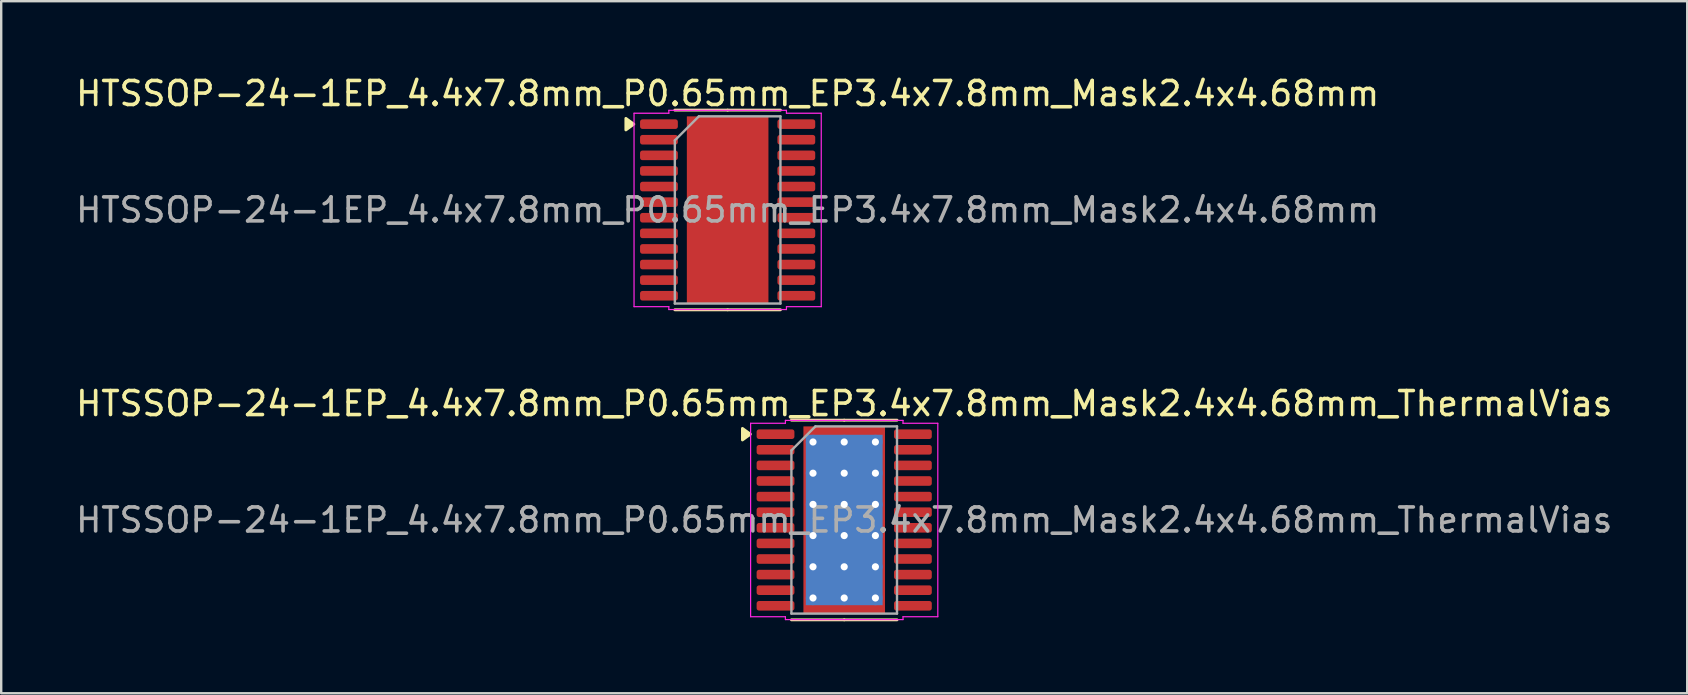
<source format=kicad_pcb>
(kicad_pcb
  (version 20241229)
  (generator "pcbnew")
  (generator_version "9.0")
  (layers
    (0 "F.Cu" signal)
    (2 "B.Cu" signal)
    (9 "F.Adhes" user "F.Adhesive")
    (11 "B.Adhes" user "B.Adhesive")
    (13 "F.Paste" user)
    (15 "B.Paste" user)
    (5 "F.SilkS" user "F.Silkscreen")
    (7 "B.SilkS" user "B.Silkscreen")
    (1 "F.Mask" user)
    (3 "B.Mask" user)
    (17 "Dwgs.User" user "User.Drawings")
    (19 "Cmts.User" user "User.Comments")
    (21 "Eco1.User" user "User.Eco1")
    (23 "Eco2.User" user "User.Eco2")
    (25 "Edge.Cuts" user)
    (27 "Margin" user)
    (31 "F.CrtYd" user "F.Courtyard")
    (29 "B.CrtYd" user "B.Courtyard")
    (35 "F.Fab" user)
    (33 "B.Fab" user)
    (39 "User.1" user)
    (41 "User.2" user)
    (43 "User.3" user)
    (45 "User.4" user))
  (footprint "HTSSOP-24-1EP_4.4x7.8mm_P0.65mm_EP3.4x7.8mm_Mask2.4x4.68mm"
    (layer "F.Cu")
    (at 27.268 5.698)
    (property "Reference" "HTSSOP-24-1EP_4.4x7.8mm_P0.65mm_EP3.4x7.8mm_Mask2.4x4.68mm" (at 0 -4.85 0) (layer "F.SilkS") (effects (font (size 1 1) (thickness 0.15))))
    (attr smd)
    (fp_line (start 0 -4.16) (end -2.2 -4.16) (stroke (width 0.12) (type solid)) (layer "F.SilkS"))
    (fp_line (start 0 -4.16) (end 2.2 -4.16) (stroke (width 0.12) (type solid)) (layer "F.SilkS"))
    (fp_line (start 0 4.16) (end -2.2 4.16) (stroke (width 0.12) (type solid)) (layer "F.SilkS"))
    (fp_line (start 0 4.16) (end 2.2 4.16) (stroke (width 0.12) (type solid)) (layer "F.SilkS"))
    (fp_poly (pts (xy -3.91 -3.575) (xy -4.24 -3.335) (xy -4.24 -3.815)) (stroke (width 0.12) (type solid)) (fill yes) (layer "F.SilkS"))
    (fp_line (start -3.9 -4.03) (end -2.45 -4.03) (stroke (width 0.05) (type solid)) (layer "F.CrtYd"))
    (fp_line (start -3.9 4.03) (end -3.9 -4.03) (stroke (width 0.05) (type solid)) (layer "F.CrtYd"))
    (fp_line (start -2.45 -4.15) (end 2.45 -4.15) (stroke (width 0.05) (type solid)) (layer "F.CrtYd"))
    (fp_line (start -2.45 -4.03) (end -2.45 -4.15) (stroke (width 0.05) (type solid)) (layer "F.CrtYd"))
    (fp_line (start -2.45 4.03) (end -3.9 4.03) (stroke (width 0.05) (type solid)) (layer "F.CrtYd"))
    (fp_line (start -2.45 4.15) (end -2.45 4.03) (stroke (width 0.05) (type solid)) (layer "F.CrtYd"))
    (fp_line (start 2.45 -4.15) (end 2.45 -4.03) (stroke (width 0.05) (type solid)) (layer "F.CrtYd"))
    (fp_line (start 2.45 -4.03) (end 3.9 -4.03) (stroke (width 0.05) (type solid)) (layer "F.CrtYd"))
    (fp_line (start 2.45 4.03) (end 2.45 4.15) (stroke (width 0.05) (type solid)) (layer "F.CrtYd"))
    (fp_line (start 2.45 4.15) (end -2.45 4.15) (stroke (width 0.05) (type solid)) (layer "F.CrtYd"))
    (fp_line (start 3.9 -4.03) (end 3.9 4.03) (stroke (width 0.05) (type solid)) (layer "F.CrtYd"))
    (fp_line (start 3.9 4.03) (end 2.45 4.03) (stroke (width 0.05) (type solid)) (layer "F.CrtYd"))
    (fp_line (start -2.2 -2.9) (end -1.2 -3.9) (stroke (width 0.1) (type solid)) (layer "F.Fab"))
    (fp_line (start -2.2 3.9) (end -2.2 -2.9) (stroke (width 0.1) (type solid)) (layer "F.Fab"))
    (fp_line (start -1.2 -3.9) (end 2.2 -3.9) (stroke (width 0.1) (type solid)) (layer "F.Fab"))
    (fp_line (start 2.2 -3.9) (end 2.2 3.9) (stroke (width 0.1) (type solid)) (layer "F.Fab"))
    (fp_line (start 2.2 3.9) (end -2.2 3.9) (stroke (width 0.1) (type solid)) (layer "F.Fab"))
    (fp_text user "${REFERENCE}" (at 0 0 0) (layer "F.Fab") (effects (font (size 1 1) (thickness 0.15))))
    (pad "" smd roundrect (at 0 -1.17) (size 1.93 1.89) (layers "F.Paste") (roundrect_rratio 0.132))
    (pad "" smd rect (at 0 0) (size 2.4 4.68) (layers "F.Mask"))
    (pad "" smd roundrect (at 0 1.17) (size 1.93 1.89) (layers "F.Paste") (roundrect_rratio 0.132))
    (pad "1" smd roundrect (at -2.862 -3.575) (size 1.575 0.4) (layers "F.Cu" "F.Mask" "F.Paste") (roundrect_rratio 0.25))
    (pad "2" smd roundrect (at -2.862 -2.925) (size 1.575 0.4) (layers "F.Cu" "F.Mask" "F.Paste") (roundrect_rratio 0.25))
    (pad "3" smd roundrect (at -2.862 -2.275) (size 1.575 0.4) (layers "F.Cu" "F.Mask" "F.Paste") (roundrect_rratio 0.25))
    (pad "4" smd roundrect (at -2.862 -1.625) (size 1.575 0.4) (layers "F.Cu" "F.Mask" "F.Paste") (roundrect_rratio 0.25))
    (pad "5" smd roundrect (at -2.862 -0.975) (size 1.575 0.4) (layers "F.Cu" "F.Mask" "F.Paste") (roundrect_rratio 0.25))
    (pad "6" smd roundrect (at -2.862 -0.325) (size 1.575 0.4) (layers "F.Cu" "F.Mask" "F.Paste") (roundrect_rratio 0.25))
    (pad "7" smd roundrect (at -2.862 0.325) (size 1.575 0.4) (layers "F.Cu" "F.Mask" "F.Paste") (roundrect_rratio 0.25))
    (pad "8" smd roundrect (at -2.862 0.975) (size 1.575 0.4) (layers "F.Cu" "F.Mask" "F.Paste") (roundrect_rratio 0.25))
    (pad "9" smd roundrect (at -2.862 1.625) (size 1.575 0.4) (layers "F.Cu" "F.Mask" "F.Paste") (roundrect_rratio 0.25))
    (pad "10" smd roundrect (at -2.862 2.275) (size 1.575 0.4) (layers "F.Cu" "F.Mask" "F.Paste") (roundrect_rratio 0.25))
    (pad "11" smd roundrect (at -2.862 2.925) (size 1.575 0.4) (layers "F.Cu" "F.Mask" "F.Paste") (roundrect_rratio 0.25))
    (pad "12" smd roundrect (at -2.862 3.575) (size 1.575 0.4) (layers "F.Cu" "F.Mask" "F.Paste") (roundrect_rratio 0.25))
    (pad "13" smd roundrect (at 2.862 3.575) (size 1.575 0.4) (layers "F.Cu" "F.Mask" "F.Paste") (roundrect_rratio 0.25))
    (pad "14" smd roundrect (at 2.862 2.925) (size 1.575 0.4) (layers "F.Cu" "F.Mask" "F.Paste") (roundrect_rratio 0.25))
    (pad "15" smd roundrect (at 2.862 2.275) (size 1.575 0.4) (layers "F.Cu" "F.Mask" "F.Paste") (roundrect_rratio 0.25))
    (pad "16" smd roundrect (at 2.862 1.625) (size 1.575 0.4) (layers "F.Cu" "F.Mask" "F.Paste") (roundrect_rratio 0.25))
    (pad "17" smd roundrect (at 2.862 0.975) (size 1.575 0.4) (layers "F.Cu" "F.Mask" "F.Paste") (roundrect_rratio 0.25))
    (pad "18" smd roundrect (at 2.862 0.325) (size 1.575 0.4) (layers "F.Cu" "F.Mask" "F.Paste") (roundrect_rratio 0.25))
    (pad "19" smd roundrect (at 2.862 -0.325) (size 1.575 0.4) (layers "F.Cu" "F.Mask" "F.Paste") (roundrect_rratio 0.25))
    (pad "20" smd roundrect (at 2.862 -0.975) (size 1.575 0.4) (layers "F.Cu" "F.Mask" "F.Paste") (roundrect_rratio 0.25))
    (pad "21" smd roundrect (at 2.862 -1.625) (size 1.575 0.4) (layers "F.Cu" "F.Mask" "F.Paste") (roundrect_rratio 0.25))
    (pad "22" smd roundrect (at 2.862 -2.275) (size 1.575 0.4) (layers "F.Cu" "F.Mask" "F.Paste") (roundrect_rratio 0.25))
    (pad "23" smd roundrect (at 2.862 -2.925) (size 1.575 0.4) (layers "F.Cu" "F.Mask" "F.Paste") (roundrect_rratio 0.25))
    (pad "24" smd roundrect (at 2.862 -3.575) (size 1.575 0.4) (layers "F.Cu" "F.Mask" "F.Paste") (roundrect_rratio 0.25))
    (pad "25" smd rect (at 0 0) (size 3.4 7.8) (property pad_prop_heatsink) (layers "F.Cu")))
  (footprint "HTSSOP-24-1EP_4.4x7.8mm_P0.65mm_EP3.4x7.8mm_Mask2.4x4.68mm_ThermalVias"
    (layer "F.Cu")
    (at 32.125 18.616)
    (property "Reference" "HTSSOP-24-1EP_4.4x7.8mm_P0.65mm_EP3.4x7.8mm_Mask2.4x4.68mm_ThermalVias" (at 0 -4.85 0) (layer "F.SilkS") (effects (font (size 1 1) (thickness 0.15))))
    (attr smd)
    (fp_line (start 0 -4.16) (end -2.2 -4.16) (stroke (width 0.12) (type solid)) (layer "F.SilkS"))
    (fp_line (start 0 -4.16) (end 2.2 -4.16) (stroke (width 0.12) (type solid)) (layer "F.SilkS"))
    (fp_line (start 0 4.16) (end -2.2 4.16) (stroke (width 0.12) (type solid)) (layer "F.SilkS"))
    (fp_line (start 0 4.16) (end 2.2 4.16) (stroke (width 0.12) (type solid)) (layer "F.SilkS"))
    (fp_poly (pts (xy -3.91 -3.575) (xy -4.24 -3.335) (xy -4.24 -3.815)) (stroke (width 0.12) (type solid)) (fill yes) (layer "F.SilkS"))
    (fp_line (start -3.9 -4.03) (end -2.45 -4.03) (stroke (width 0.05) (type solid)) (layer "F.CrtYd"))
    (fp_line (start -3.9 4.03) (end -3.9 -4.03) (stroke (width 0.05) (type solid)) (layer "F.CrtYd"))
    (fp_line (start -2.45 -4.15) (end 2.45 -4.15) (stroke (width 0.05) (type solid)) (layer "F.CrtYd"))
    (fp_line (start -2.45 -4.03) (end -2.45 -4.15) (stroke (width 0.05) (type solid)) (layer "F.CrtYd"))
    (fp_line (start -2.45 4.03) (end -3.9 4.03) (stroke (width 0.05) (type solid)) (layer "F.CrtYd"))
    (fp_line (start -2.45 4.15) (end -2.45 4.03) (stroke (width 0.05) (type solid)) (layer "F.CrtYd"))
    (fp_line (start 2.45 -4.15) (end 2.45 -4.03) (stroke (width 0.05) (type solid)) (layer "F.CrtYd"))
    (fp_line (start 2.45 -4.03) (end 3.9 -4.03) (stroke (width 0.05) (type solid)) (layer "F.CrtYd"))
    (fp_line (start 2.45 4.03) (end 2.45 4.15) (stroke (width 0.05) (type solid)) (layer "F.CrtYd"))
    (fp_line (start 2.45 4.15) (end -2.45 4.15) (stroke (width 0.05) (type solid)) (layer "F.CrtYd"))
    (fp_line (start 3.9 -4.03) (end 3.9 4.03) (stroke (width 0.05) (type solid)) (layer "F.CrtYd"))
    (fp_line (start 3.9 4.03) (end 2.45 4.03) (stroke (width 0.05) (type solid)) (layer "F.CrtYd"))
    (fp_line (start -2.2 -2.9) (end -1.2 -3.9) (stroke (width 0.1) (type solid)) (layer "F.Fab"))
    (fp_line (start -2.2 3.9) (end -2.2 -2.9) (stroke (width 0.1) (type solid)) (layer "F.Fab"))
    (fp_line (start -1.2 -3.9) (end 2.2 -3.9) (stroke (width 0.1) (type solid)) (layer "F.Fab"))
    (fp_line (start 2.2 -3.9) (end 2.2 3.9) (stroke (width 0.1) (type solid)) (layer "F.Fab"))
    (fp_line (start 2.2 3.9) (end -2.2 3.9) (stroke (width 0.1) (type solid)) (layer "F.Fab"))
    (fp_text user "${REFERENCE}" (at 0 0 0) (layer "F.Fab") (effects (font (size 1 1) (thickness 0.15))))
    (pad "" smd roundrect (at 0 -1.17) (size 1.93 1.89) (layers "F.Paste") (roundrect_rratio 0.132))
    (pad "" smd rect (at 0 0) (size 2.4 4.68) (layers "F.Mask"))
    (pad "" smd roundrect (at 0 1.17) (size 1.93 1.89) (layers "F.Paste") (roundrect_rratio 0.132))
    (pad "1" smd roundrect (at -2.862 -3.575) (size 1.575 0.4) (layers "F.Cu" "F.Mask" "F.Paste") (roundrect_rratio 0.25))
    (pad "2" smd roundrect (at -2.862 -2.925) (size 1.575 0.4) (layers "F.Cu" "F.Mask" "F.Paste") (roundrect_rratio 0.25))
    (pad "3" smd roundrect (at -2.862 -2.275) (size 1.575 0.4) (layers "F.Cu" "F.Mask" "F.Paste") (roundrect_rratio 0.25))
    (pad "4" smd roundrect (at -2.862 -1.625) (size 1.575 0.4) (layers "F.Cu" "F.Mask" "F.Paste") (roundrect_rratio 0.25))
    (pad "5" smd roundrect (at -2.862 -0.975) (size 1.575 0.4) (layers "F.Cu" "F.Mask" "F.Paste") (roundrect_rratio 0.25))
    (pad "6" smd roundrect (at -2.862 -0.325) (size 1.575 0.4) (layers "F.Cu" "F.Mask" "F.Paste") (roundrect_rratio 0.25))
    (pad "7" smd roundrect (at -2.862 0.325) (size 1.575 0.4) (layers "F.Cu" "F.Mask" "F.Paste") (roundrect_rratio 0.25))
    (pad "8" smd roundrect (at -2.862 0.975) (size 1.575 0.4) (layers "F.Cu" "F.Mask" "F.Paste") (roundrect_rratio 0.25))
    (pad "9" smd roundrect (at -2.862 1.625) (size 1.575 0.4) (layers "F.Cu" "F.Mask" "F.Paste") (roundrect_rratio 0.25))
    (pad "10" smd roundrect (at -2.862 2.275) (size 1.575 0.4) (layers "F.Cu" "F.Mask" "F.Paste") (roundrect_rratio 0.25))
    (pad "11" smd roundrect (at -2.862 2.925) (size 1.575 0.4) (layers "F.Cu" "F.Mask" "F.Paste") (roundrect_rratio 0.25))
    (pad "12" smd roundrect (at -2.862 3.575) (size 1.575 0.4) (layers "F.Cu" "F.Mask" "F.Paste") (roundrect_rratio 0.25))
    (pad "13" smd roundrect (at 2.862 3.575) (size 1.575 0.4) (layers "F.Cu" "F.Mask" "F.Paste") (roundrect_rratio 0.25))
    (pad "14" smd roundrect (at 2.862 2.925) (size 1.575 0.4) (layers "F.Cu" "F.Mask" "F.Paste") (roundrect_rratio 0.25))
    (pad "15" smd roundrect (at 2.862 2.275) (size 1.575 0.4) (layers "F.Cu" "F.Mask" "F.Paste") (roundrect_rratio 0.25))
    (pad "16" smd roundrect (at 2.862 1.625) (size 1.575 0.4) (layers "F.Cu" "F.Mask" "F.Paste") (roundrect_rratio 0.25))
    (pad "17" smd roundrect (at 2.862 0.975) (size 1.575 0.4) (layers "F.Cu" "F.Mask" "F.Paste") (roundrect_rratio 0.25))
    (pad "18" smd roundrect (at 2.862 0.325) (size 1.575 0.4) (layers "F.Cu" "F.Mask" "F.Paste") (roundrect_rratio 0.25))
    (pad "19" smd roundrect (at 2.862 -0.325) (size 1.575 0.4) (layers "F.Cu" "F.Mask" "F.Paste") (roundrect_rratio 0.25))
    (pad "20" smd roundrect (at 2.862 -0.975) (size 1.575 0.4) (layers "F.Cu" "F.Mask" "F.Paste") (roundrect_rratio 0.25))
    (pad "21" smd roundrect (at 2.862 -1.625) (size 1.575 0.4) (layers "F.Cu" "F.Mask" "F.Paste") (roundrect_rratio 0.25))
    (pad "22" smd roundrect (at 2.862 -2.275) (size 1.575 0.4) (layers "F.Cu" "F.Mask" "F.Paste") (roundrect_rratio 0.25))
    (pad "23" smd roundrect (at 2.862 -2.925) (size 1.575 0.4) (layers "F.Cu" "F.Mask" "F.Paste") (roundrect_rratio 0.25))
    (pad "24" smd roundrect (at 2.862 -3.575) (size 1.575 0.4) (layers "F.Cu" "F.Mask" "F.Paste") (roundrect_rratio 0.25))
    (pad "25" thru_hole circle (at -1.3 -3.25) (size 0.6 0.6) (drill 0.3) (property pad_prop_heatsink) (layers "*.Cu"))
    (pad "25" thru_hole circle (at -1.3 -1.95) (size 0.6 0.6) (drill 0.3) (property pad_prop_heatsink) (layers "*.Cu"))
    (pad "25" thru_hole circle (at -1.3 -0.65) (size 0.6 0.6) (drill 0.3) (property pad_prop_heatsink) (layers "*.Cu"))
    (pad "25" thru_hole circle (at -1.3 0.65) (size 0.6 0.6) (drill 0.3) (property pad_prop_heatsink) (layers "*.Cu"))
    (pad "25" thru_hole circle (at -1.3 1.95) (size 0.6 0.6) (drill 0.3) (property pad_prop_heatsink) (layers "*.Cu"))
    (pad "25" thru_hole circle (at -1.3 3.25) (size 0.6 0.6) (drill 0.3) (property pad_prop_heatsink) (layers "*.Cu"))
    (pad "25" thru_hole circle (at 0 -3.25) (size 0.6 0.6) (drill 0.3) (property pad_prop_heatsink) (layers "*.Cu"))
    (pad "25" thru_hole circle (at 0 -1.95) (size 0.6 0.6) (drill 0.3) (property pad_prop_heatsink) (layers "*.Cu"))
    (pad "25" thru_hole circle (at 0 -0.65) (size 0.6 0.6) (drill 0.3) (property pad_prop_heatsink) (layers "*.Cu"))
    (pad "25" smd rect (at 0 0) (size 3.2 7.1) (property pad_prop_heatsink) (layers "B.Cu"))
    (pad "25" smd rect (at 0 0) (size 3.4 7.8) (property pad_prop_heatsink) (layers "F.Cu"))
    (pad "25" thru_hole circle (at 0 0.65) (size 0.6 0.6) (drill 0.3) (property pad_prop_heatsink) (layers "*.Cu"))
    (pad "25" thru_hole circle (at 0 1.95) (size 0.6 0.6) (drill 0.3) (property pad_prop_heatsink) (layers "*.Cu"))
    (pad "25" thru_hole circle (at 0 3.25) (size 0.6 0.6) (drill 0.3) (property pad_prop_heatsink) (layers "*.Cu"))
    (pad "25" thru_hole circle (at 1.3 -3.25) (size 0.6 0.6) (drill 0.3) (property pad_prop_heatsink) (layers "*.Cu"))
    (pad "25" thru_hole circle (at 1.3 -1.95) (size 0.6 0.6) (drill 0.3) (property pad_prop_heatsink) (layers "*.Cu"))
    (pad "25" thru_hole circle (at 1.3 -0.65) (size 0.6 0.6) (drill 0.3) (property pad_prop_heatsink) (layers "*.Cu"))
    (pad "25" thru_hole circle (at 1.3 0.65) (size 0.6 0.6) (drill 0.3) (property pad_prop_heatsink) (layers "*.Cu"))
    (pad "25" thru_hole circle (at 1.3 1.95) (size 0.6 0.6) (drill 0.3) (property pad_prop_heatsink) (layers "*.Cu"))
    (pad "25" thru_hole circle (at 1.3 3.25) (size 0.6 0.6) (drill 0.3) (property pad_prop_heatsink) (layers "*.Cu")))
  (gr_rect
    (start -3 -3)
    (end 67.25 25.837)
    (stroke (width 0.1) (type default))
    (fill no)
    (layer "Edge.Cuts")))
</source>
